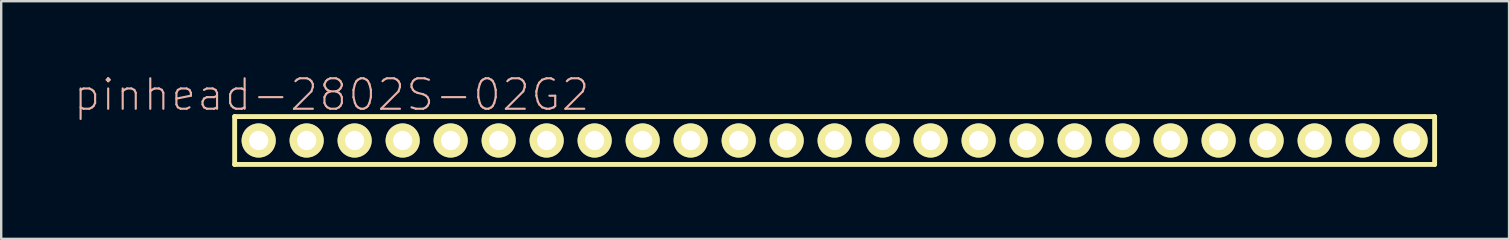
<source format=kicad_pcb>
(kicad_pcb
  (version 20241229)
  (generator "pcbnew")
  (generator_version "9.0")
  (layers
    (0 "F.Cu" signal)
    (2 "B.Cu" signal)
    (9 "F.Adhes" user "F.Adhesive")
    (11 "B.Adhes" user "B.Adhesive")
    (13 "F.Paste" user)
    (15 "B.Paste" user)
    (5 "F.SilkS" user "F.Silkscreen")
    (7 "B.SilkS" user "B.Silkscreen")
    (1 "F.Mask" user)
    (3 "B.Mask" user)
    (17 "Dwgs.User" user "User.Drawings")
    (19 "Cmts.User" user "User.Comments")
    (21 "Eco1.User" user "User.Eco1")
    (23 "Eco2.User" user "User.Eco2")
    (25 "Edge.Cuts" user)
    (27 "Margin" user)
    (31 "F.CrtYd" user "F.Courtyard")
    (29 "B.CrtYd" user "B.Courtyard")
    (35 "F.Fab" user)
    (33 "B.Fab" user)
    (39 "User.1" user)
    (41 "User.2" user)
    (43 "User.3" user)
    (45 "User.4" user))
  (footprint "pinhead-2802S-02G2"
    (layer "F.Cu")
    (at 31.726 2.804)
    (property "Reference" "pinhead-2802S-02G2" (at -20.955 -1.905 0) (layer "B.SilkS") (effects (font (size 1.27 1.27) (thickness 0.089))))
    (attr exclude_from_pos_files exclude_from_bom)
    (fp_line (start -24.999 -0.998) (end 24.999 -0.998) (stroke (width 0.203) (type solid)) (layer "F.SilkS"))
    (fp_line (start -24.999 0.998) (end -24.999 -0.998) (stroke (width 0.203) (type solid)) (layer "F.SilkS"))
    (fp_line (start 24.999 -0.998) (end 24.999 0.998) (stroke (width 0.203) (type solid)) (layer "F.SilkS"))
    (fp_line (start 24.999 0.998) (end -24.999 0.998) (stroke (width 0.203) (type solid)) (layer "F.SilkS"))
    (pad "1" thru_hole circle (at -23.998 0) (size 1.422 1.422) (drill 0.798) (layers "*.Cu" "F.Mask" "F.SilkS" "F.Paste"))
    (pad "2" thru_hole circle (at -21.999 0) (size 1.422 1.422) (drill 0.798) (layers "*.Cu" "F.Mask" "F.SilkS" "F.Paste"))
    (pad "3" thru_hole circle (at -20 0) (size 1.422 1.422) (drill 0.798) (layers "*.Cu" "F.Mask" "F.SilkS" "F.Paste"))
    (pad "4" thru_hole circle (at -17.998 0) (size 1.422 1.422) (drill 0.798) (layers "*.Cu" "F.Mask" "F.SilkS" "F.Paste"))
    (pad "5" thru_hole circle (at -15.999 0) (size 1.422 1.422) (drill 0.798) (layers "*.Cu" "F.Mask" "F.SilkS" "F.Paste"))
    (pad "6" thru_hole circle (at -13.998 0) (size 1.422 1.422) (drill 0.798) (layers "*.Cu" "F.Mask" "F.SilkS" "F.Paste"))
    (pad "7" thru_hole circle (at -11.999 0) (size 1.422 1.422) (drill 0.798) (layers "*.Cu" "F.Mask" "F.SilkS" "F.Paste"))
    (pad "8" thru_hole circle (at -10 0) (size 1.422 1.422) (drill 0.798) (layers "*.Cu" "F.Mask" "F.SilkS" "F.Paste"))
    (pad "9" thru_hole circle (at -7.998 0) (size 1.422 1.422) (drill 0.798) (layers "*.Cu" "F.Mask" "F.SilkS" "F.Paste"))
    (pad "10" thru_hole circle (at -5.999 0) (size 1.422 1.422) (drill 0.798) (layers "*.Cu" "F.Mask" "F.SilkS" "F.Paste"))
    (pad "11" thru_hole circle (at -3.998 0) (size 1.422 1.422) (drill 0.798) (layers "*.Cu" "F.Mask" "F.SilkS" "F.Paste"))
    (pad "12" thru_hole circle (at -1.999 0) (size 1.422 1.422) (drill 0.798) (layers "*.Cu" "F.Mask" "F.SilkS" "F.Paste"))
    (pad "13" thru_hole circle (at 0 0) (size 1.422 1.422) (drill 0.798) (layers "*.Cu" "F.Mask" "F.SilkS" "F.Paste"))
    (pad "14" thru_hole circle (at 1.999 0) (size 1.422 1.422) (drill 0.798) (layers "*.Cu" "F.Mask" "F.SilkS" "F.Paste"))
    (pad "15" thru_hole circle (at 3.998 0) (size 1.422 1.422) (drill 0.798) (layers "*.Cu" "F.Mask" "F.SilkS" "F.Paste"))
    (pad "16" thru_hole circle (at 5.999 0) (size 1.422 1.422) (drill 0.798) (layers "*.Cu" "F.Mask" "F.SilkS" "F.Paste"))
    (pad "17" thru_hole circle (at 7.998 0) (size 1.422 1.422) (drill 0.798) (layers "*.Cu" "F.Mask" "F.SilkS" "F.Paste"))
    (pad "18" thru_hole circle (at 10 0) (size 1.422 1.422) (drill 0.798) (layers "*.Cu" "F.Mask" "F.SilkS" "F.Paste"))
    (pad "19" thru_hole circle (at 11.999 0) (size 1.422 1.422) (drill 0.798) (layers "*.Cu" "F.Mask" "F.SilkS" "F.Paste"))
    (pad "20" thru_hole circle (at 13.998 0) (size 1.422 1.422) (drill 0.798) (layers "*.Cu" "F.Mask" "F.SilkS" "F.Paste"))
    (pad "21" thru_hole circle (at 15.999 0) (size 1.422 1.422) (drill 0.798) (layers "*.Cu" "F.Mask" "F.SilkS" "F.Paste"))
    (pad "22" thru_hole circle (at 17.998 0) (size 1.422 1.422) (drill 0.798) (layers "*.Cu" "F.Mask" "F.SilkS" "F.Paste"))
    (pad "23" thru_hole circle (at 20 0) (size 1.422 1.422) (drill 0.798) (layers "*.Cu" "F.Mask" "F.SilkS" "F.Paste"))
    (pad "24" thru_hole circle (at 21.999 0) (size 1.422 1.422) (drill 0.798) (layers "*.Cu" "F.Mask" "F.SilkS" "F.Paste"))
    (pad "25" thru_hole circle (at 23.998 0) (size 1.422 1.422) (drill 0.798) (layers "*.Cu" "F.Mask" "F.SilkS" "F.Paste")))
  (gr_rect
    (start -3 -3)
    (end 59.826 6.904)
    (stroke (width 0.1) (type default))
    (fill no)
    (layer "Edge.Cuts")))
</source>
